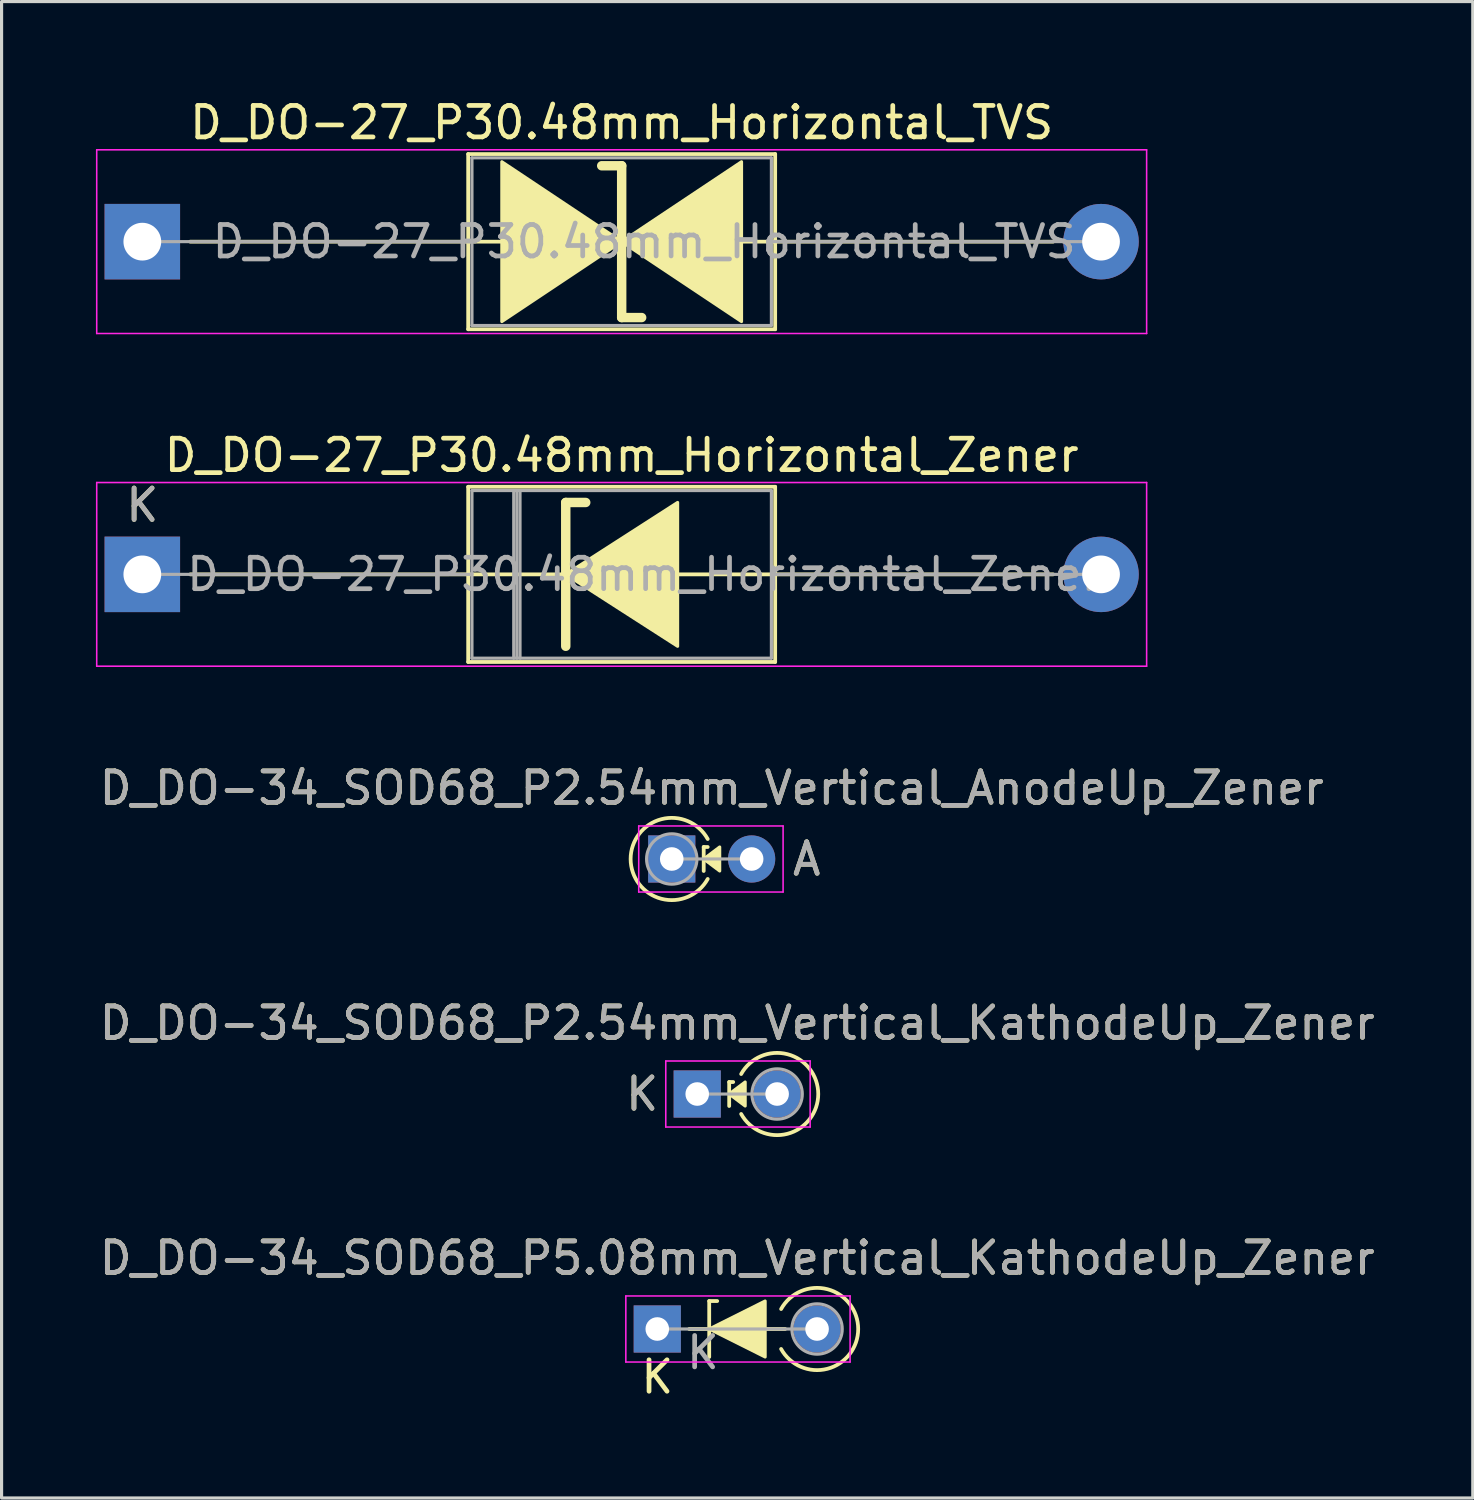
<source format=kicad_pcb>
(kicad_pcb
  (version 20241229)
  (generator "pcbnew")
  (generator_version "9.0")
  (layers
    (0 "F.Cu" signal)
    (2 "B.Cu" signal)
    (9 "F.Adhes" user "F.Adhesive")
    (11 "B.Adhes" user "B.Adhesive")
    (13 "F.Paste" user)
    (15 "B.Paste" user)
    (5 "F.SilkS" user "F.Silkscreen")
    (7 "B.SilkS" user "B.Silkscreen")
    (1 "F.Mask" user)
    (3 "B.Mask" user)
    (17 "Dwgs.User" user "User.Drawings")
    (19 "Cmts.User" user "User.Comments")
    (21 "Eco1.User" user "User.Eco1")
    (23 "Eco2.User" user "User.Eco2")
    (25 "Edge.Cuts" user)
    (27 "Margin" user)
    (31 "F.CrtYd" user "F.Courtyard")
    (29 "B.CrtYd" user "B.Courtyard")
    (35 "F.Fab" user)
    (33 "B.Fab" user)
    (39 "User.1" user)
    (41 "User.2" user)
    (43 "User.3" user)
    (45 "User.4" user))
  (footprint "D_DO-34_SOD68_P2.54mm_Vertical_AnodeUp_Zener"
    (layer "F.Cu")
    (at 18.307 24.26)
    (property "Reference" "D_DO-34_SOD68_P2.54mm_Vertical_AnodeUp_Zener" (at 1.27 -2.256 0) (layer "F.SilkS") (effects (font (size 1 1) (thickness 0.15))))
    (attr through_hole)
    (fp_line (start 1.016 -0.381) (end 1.016 0.381) (stroke (width 0.12) (type solid)) (layer "F.SilkS"))
    (fp_line (start 1.016 -0.381) (end 1.143 -0.381) (stroke (width 0.12) (type solid)) (layer "F.SilkS"))
    (fp_arc (start 1.142999 0.635) (mid -1.307544 0) (end 1.142999 -0.634999) (stroke (width 0.12) (type solid)) (layer "F.SilkS"))
    (fp_poly (pts (xy 1.524 0.381) (xy 1.016 0) (xy 1.524 -0.381)) (stroke (width 0.1) (type solid)) (fill yes) (layer "F.SilkS"))
    (fp_line (start -1.05 -1.05) (end -1.05 1.05) (stroke (width 0.05) (type solid)) (layer "F.CrtYd"))
    (fp_line (start -1.05 1.05) (end 3.54 1.05) (stroke (width 0.05) (type solid)) (layer "F.CrtYd"))
    (fp_line (start 3.54 -1.05) (end -1.05 -1.05) (stroke (width 0.05) (type solid)) (layer "F.CrtYd"))
    (fp_line (start 3.54 1.05) (end 3.54 -1.05) (stroke (width 0.05) (type solid)) (layer "F.CrtYd"))
    (fp_line (start 0 0) (end 2.54 0) (stroke (width 0.1) (type solid)) (layer "F.Fab"))
    (fp_circle (center 0 0) (end 0.8 0) (stroke (width 0.1) (type solid)) (fill no) (layer "F.Fab"))
    (fp_text user "A" (at 4.29 0 0) (layer "F.SilkS") (effects (font (size 1 1) (thickness 0.15))))
    (fp_text user "A" (at 4.29 0 0) (layer "F.Fab") (effects (font (size 1 1) (thickness 0.15))))
    (fp_text user "${REFERENCE}" (at 1.27 -2.256 0) (layer "F.Fab") (effects (font (size 1 1) (thickness 0.15))))
    (pad "1" thru_hole rect (at 0 0) (size 1.5 1.5) (drill 0.75) (layers "*.Cu" "*.Mask"))
    (pad "2" thru_hole oval (at 2.54 0) (size 1.5 1.5) (drill 0.75) (layers "*.Cu" "*.Mask")))
  (footprint "D_DO-34_SOD68_P5.08mm_Vertical_KathodeUp_Zener"
    (layer "F.Cu")
    (at 17.847 39.203)
    (property "Reference" "D_DO-34_SOD68_P5.08mm_Vertical_KathodeUp_Zener" (at 2.54 -2.256 0) (layer "F.SilkS") (effects (font (size 1 1) (thickness 0.15))))
    (attr through_hole)
    (fp_line (start 1.651 -0.889) (end 1.905 -0.889) (stroke (width 0.12) (type solid)) (layer "F.SilkS"))
    (fp_line (start 1.651 0.889) (end 1.651 -0.889) (stroke (width 0.12) (type solid)) (layer "F.SilkS"))
    (fp_line (start 4.064 0) (end 1.016 0) (stroke (width 0.12) (type solid)) (layer "F.SilkS"))
    (fp_arc (start 3.937 -0.634999) (mid 6.387543 0.000001) (end 3.937 0.635) (stroke (width 0.12) (type solid)) (layer "F.SilkS"))
    (fp_poly (pts (xy 3.429 0.889) (xy 1.651 0) (xy 3.429 -0.889)) (stroke (width 0.1) (type solid)) (fill yes) (layer "F.SilkS"))
    (fp_line (start -1 -1.05) (end -1 1.05) (stroke (width 0.05) (type solid)) (layer "F.CrtYd"))
    (fp_line (start -1 1.05) (end 6.13 1.05) (stroke (width 0.05) (type solid)) (layer "F.CrtYd"))
    (fp_line (start 6.13 -1.05) (end -1 -1.05) (stroke (width 0.05) (type solid)) (layer "F.CrtYd"))
    (fp_line (start 6.13 1.05) (end 6.13 -1.05) (stroke (width 0.05) (type solid)) (layer "F.CrtYd"))
    (fp_line (start 0 0) (end 5.08 0) (stroke (width 0.1) (type solid)) (layer "F.Fab"))
    (fp_circle (center 5.08 0) (end 5.88 0) (stroke (width 0.1) (type solid)) (fill no) (layer "F.Fab"))
    (fp_text user "K" (at 0 1.524 0) (layer "F.SilkS") (effects (font (size 1 1) (thickness 0.15))))
    (fp_text user "${REFERENCE}" (at 2.54 -2.256 0) (layer "F.Fab") (effects (font (size 1 1) (thickness 0.15))))
    (fp_text user "K" (at 1.45 0.75 0) (layer "F.Fab") (effects (font (size 1 1) (thickness 0.15))))
    (pad "1" thru_hole rect (at 0 0) (size 1.5 1.5) (drill 0.75) (layers "*.Cu" "*.Mask"))
    (pad "2" thru_hole oval (at 5.08 0) (size 1.5 1.5) (drill 0.75) (layers "*.Cu" "*.Mask")))
  (footprint "D_DO-27_P30.48mm_Horizontal_Zener"
    (layer "F.Cu")
    (at 1.475 15.211)
    (property "Reference" "D_DO-27_P30.48mm_Horizontal_Zener" (at 15.24 -3.785 0) (layer "F.SilkS") (effects (font (size 1 1) (thickness 0.15))))
    (attr through_hole)
    (fp_line (start 1.524 0) (end 10.36 0) (stroke (width 0.12) (type solid)) (layer "F.SilkS"))
    (fp_line (start 10.36 -2.785) (end 10.36 2.785) (stroke (width 0.12) (type solid)) (layer "F.SilkS"))
    (fp_line (start 10.36 2.785) (end 20.12 2.785) (stroke (width 0.12) (type solid)) (layer "F.SilkS"))
    (fp_line (start 13.462 -2.286) (end 13.462 2.286) (stroke (width 0.3) (type solid)) (layer "F.SilkS"))
    (fp_line (start 13.462 -2.286) (end 14.097 -2.286) (stroke (width 0.3) (type solid)) (layer "F.SilkS"))
    (fp_line (start 13.462 0) (end 10.36 0) (stroke (width 0.12) (type solid)) (layer "F.SilkS"))
    (fp_line (start 16.891 0) (end 20.12 0) (stroke (width 0.12) (type solid)) (layer "F.SilkS"))
    (fp_line (start 20.12 -2.785) (end 10.36 -2.785) (stroke (width 0.12) (type solid)) (layer "F.SilkS"))
    (fp_line (start 20.12 2.785) (end 20.12 -2.785) (stroke (width 0.12) (type solid)) (layer "F.SilkS"))
    (fp_line (start 28.956 0) (end 20.12 0) (stroke (width 0.12) (type solid)) (layer "F.SilkS"))
    (fp_poly (pts (xy 17.018 2.286) (xy 13.462 0) (xy 17.018 -2.286)) (stroke (width 0.1) (type solid)) (fill yes) (layer "F.SilkS"))
    (fp_line (start -1.45 -2.92) (end -1.45 2.92) (stroke (width 0.05) (type solid)) (layer "F.CrtYd"))
    (fp_line (start -1.45 2.92) (end 31.93 2.92) (stroke (width 0.05) (type solid)) (layer "F.CrtYd"))
    (fp_line (start 31.93 -2.92) (end -1.45 -2.92) (stroke (width 0.05) (type solid)) (layer "F.CrtYd"))
    (fp_line (start 31.93 2.92) (end 31.93 -2.92) (stroke (width 0.05) (type solid)) (layer "F.CrtYd"))
    (fp_line (start 0 0) (end 10.48 0) (stroke (width 0.1) (type solid)) (layer "F.Fab"))
    (fp_line (start 10.48 -2.665) (end 10.48 2.665) (stroke (width 0.1) (type solid)) (layer "F.Fab"))
    (fp_line (start 10.48 2.665) (end 20 2.665) (stroke (width 0.1) (type solid)) (layer "F.Fab"))
    (fp_line (start 11.808 -2.665) (end 11.808 2.665) (stroke (width 0.1) (type solid)) (layer "F.Fab"))
    (fp_line (start 11.908 -2.665) (end 11.908 2.665) (stroke (width 0.1) (type solid)) (layer "F.Fab"))
    (fp_line (start 12.008 -2.665) (end 12.008 2.665) (stroke (width 0.1) (type solid)) (layer "F.Fab"))
    (fp_line (start 20 -2.665) (end 10.48 -2.665) (stroke (width 0.1) (type solid)) (layer "F.Fab"))
    (fp_line (start 20 2.665) (end 20 -2.665) (stroke (width 0.1) (type solid)) (layer "F.Fab"))
    (fp_line (start 30.48 0) (end 20 0) (stroke (width 0.1) (type solid)) (layer "F.Fab"))
    (fp_text user "K" (at 0 -2.2 0) (layer "F.SilkS") (effects (font (size 1 1) (thickness 0.15))))
    (fp_text user "${REFERENCE}" (at 15.954 0 0) (layer "F.Fab") (effects (font (size 1 1) (thickness 0.15))))
    (fp_text user "K" (at 0 -2.2 0) (layer "F.Fab") (effects (font (size 1 1) (thickness 0.15))))
    (pad "1" thru_hole rect (at 0 0) (size 2.4 2.4) (drill 1.2) (layers "*.Cu" "*.Mask"))
    (pad "2" thru_hole oval (at 30.48 0) (size 2.4 2.4) (drill 1.2) (layers "*.Cu" "*.Mask")))
  (footprint "D_DO-34_SOD68_P2.54mm_Vertical_KathodeUp_Zener"
    (layer "F.Cu")
    (at 19.117 31.732)
    (property "Reference" "D_DO-34_SOD68_P2.54mm_Vertical_KathodeUp_Zener" (at 1.27 -2.256 0) (layer "F.SilkS") (effects (font (size 1 1) (thickness 0.15))))
    (attr through_hole)
    (fp_line (start 1.016 -0.381) (end 1.016 0.381) (stroke (width 0.12) (type solid)) (layer "F.SilkS"))
    (fp_line (start 1.016 -0.381) (end 1.143 -0.381) (stroke (width 0.12) (type solid)) (layer "F.SilkS"))
    (fp_arc (start 1.397 -0.635) (mid 3.847543 0) (end 1.397 0.634999) (stroke (width 0.12) (type solid)) (layer "F.SilkS"))
    (fp_poly (pts (xy 1.524 0.381) (xy 1.016 0) (xy 1.524 -0.381)) (stroke (width 0.1) (type solid)) (fill yes) (layer "F.SilkS"))
    (fp_line (start -1 -1.05) (end -1 1.05) (stroke (width 0.05) (type solid)) (layer "F.CrtYd"))
    (fp_line (start -1 1.05) (end 3.59 1.05) (stroke (width 0.05) (type solid)) (layer "F.CrtYd"))
    (fp_line (start 3.59 -1.05) (end -1 -1.05) (stroke (width 0.05) (type solid)) (layer "F.CrtYd"))
    (fp_line (start 3.59 1.05) (end 3.59 -1.05) (stroke (width 0.05) (type solid)) (layer "F.CrtYd"))
    (fp_line (start 0 0) (end 2.54 0) (stroke (width 0.1) (type solid)) (layer "F.Fab"))
    (fp_circle (center 2.54 0) (end 3.34 0) (stroke (width 0.1) (type solid)) (fill no) (layer "F.Fab"))
    (fp_text user "K" (at -1.75 0 0) (layer "F.SilkS") (effects (font (size 1 1) (thickness 0.15))))
    (fp_text user "K" (at -1.75 0 0) (layer "F.Fab") (effects (font (size 1 1) (thickness 0.15))))
    (fp_text user "${REFERENCE}" (at 1.27 -2.256 0) (layer "F.Fab") (effects (font (size 1 1) (thickness 0.15))))
    (pad "1" thru_hole rect (at 0 0) (size 1.5 1.5) (drill 0.75) (layers "*.Cu" "*.Mask"))
    (pad "2" thru_hole oval (at 2.54 0) (size 1.5 1.5) (drill 0.75) (layers "*.Cu" "*.Mask")))
  (footprint "D_DO-27_P30.48mm_Horizontal_TVS"
    (layer "F.Cu")
    (at 1.475 4.633)
    (property "Reference" "D_DO-27_P30.48mm_Horizontal_TVS" (at 15.24 -3.785 0) (layer "F.SilkS") (effects (font (size 1 1) (thickness 0.15))))
    (attr through_hole)
    (fp_line (start 1.524 0) (end 10.36 0) (stroke (width 0.12) (type solid)) (layer "F.SilkS"))
    (fp_line (start 10.36 -2.785) (end 10.36 2.785) (stroke (width 0.12) (type solid)) (layer "F.SilkS"))
    (fp_line (start 10.36 0) (end 11.43 0) (stroke (width 0.12) (type solid)) (layer "F.SilkS"))
    (fp_line (start 10.36 2.785) (end 20.12 2.785) (stroke (width 0.12) (type solid)) (layer "F.SilkS"))
    (fp_line (start 15.24 -2.413) (end 14.605 -2.413) (stroke (width 0.3) (type solid)) (layer "F.SilkS"))
    (fp_line (start 15.24 2.413) (end 15.24 -2.413) (stroke (width 0.3) (type solid)) (layer "F.SilkS"))
    (fp_line (start 15.875 2.413) (end 15.24 2.413) (stroke (width 0.3) (type solid)) (layer "F.SilkS"))
    (fp_line (start 19.05 0) (end 20.12 0) (stroke (width 0.12) (type solid)) (layer "F.SilkS"))
    (fp_line (start 20.12 -2.785) (end 10.36 -2.785) (stroke (width 0.12) (type solid)) (layer "F.SilkS"))
    (fp_line (start 20.12 2.785) (end 20.12 -2.785) (stroke (width 0.12) (type solid)) (layer "F.SilkS"))
    (fp_line (start 28.956 0) (end 20.12 0) (stroke (width 0.12) (type solid)) (layer "F.SilkS"))
    (fp_poly (pts (xy 15.24 0) (xy 11.43 2.54) (xy 11.43 -2.54)) (stroke (width 0.1) (type solid)) (fill yes) (layer "F.SilkS"))
    (fp_poly (pts (xy 15.24 0) (xy 19.05 -2.54) (xy 19.05 2.54)) (stroke (width 0.1) (type solid)) (fill yes) (layer "F.SilkS"))
    (fp_line (start -1.45 -2.92) (end -1.45 2.92) (stroke (width 0.05) (type solid)) (layer "F.CrtYd"))
    (fp_line (start -1.45 2.92) (end 31.93 2.92) (stroke (width 0.05) (type solid)) (layer "F.CrtYd"))
    (fp_line (start 31.93 -2.92) (end -1.45 -2.92) (stroke (width 0.05) (type solid)) (layer "F.CrtYd"))
    (fp_line (start 31.93 2.92) (end 31.93 -2.92) (stroke (width 0.05) (type solid)) (layer "F.CrtYd"))
    (fp_line (start 0 0) (end 10.48 0) (stroke (width 0.1) (type solid)) (layer "F.Fab"))
    (fp_line (start 10.48 -2.665) (end 10.48 2.665) (stroke (width 0.1) (type solid)) (layer "F.Fab"))
    (fp_line (start 10.48 2.665) (end 20 2.665) (stroke (width 0.1) (type solid)) (layer "F.Fab"))
    (fp_line (start 20 -2.665) (end 10.48 -2.665) (stroke (width 0.1) (type solid)) (layer "F.Fab"))
    (fp_line (start 20 2.665) (end 20 -2.665) (stroke (width 0.1) (type solid)) (layer "F.Fab"))
    (fp_line (start 30.48 0) (end 20 0) (stroke (width 0.1) (type solid)) (layer "F.Fab"))
    (fp_text user "${REFERENCE}" (at 15.954 0 0) (layer "F.Fab") (effects (font (size 1 1) (thickness 0.15))))
    (pad "1" thru_hole rect (at 0 0) (size 2.4 2.4) (drill 1.2) (layers "*.Cu" "*.Mask"))
    (pad "2" thru_hole oval (at 30.48 0) (size 2.4 2.4) (drill 1.2) (layers "*.Cu" "*.Mask")))
  (gr_rect
    (start -3 -3)
    (end 43.774 44.576)
    (stroke (width 0.1) (type default))
    (fill no)
    (layer "Edge.Cuts")))
</source>
